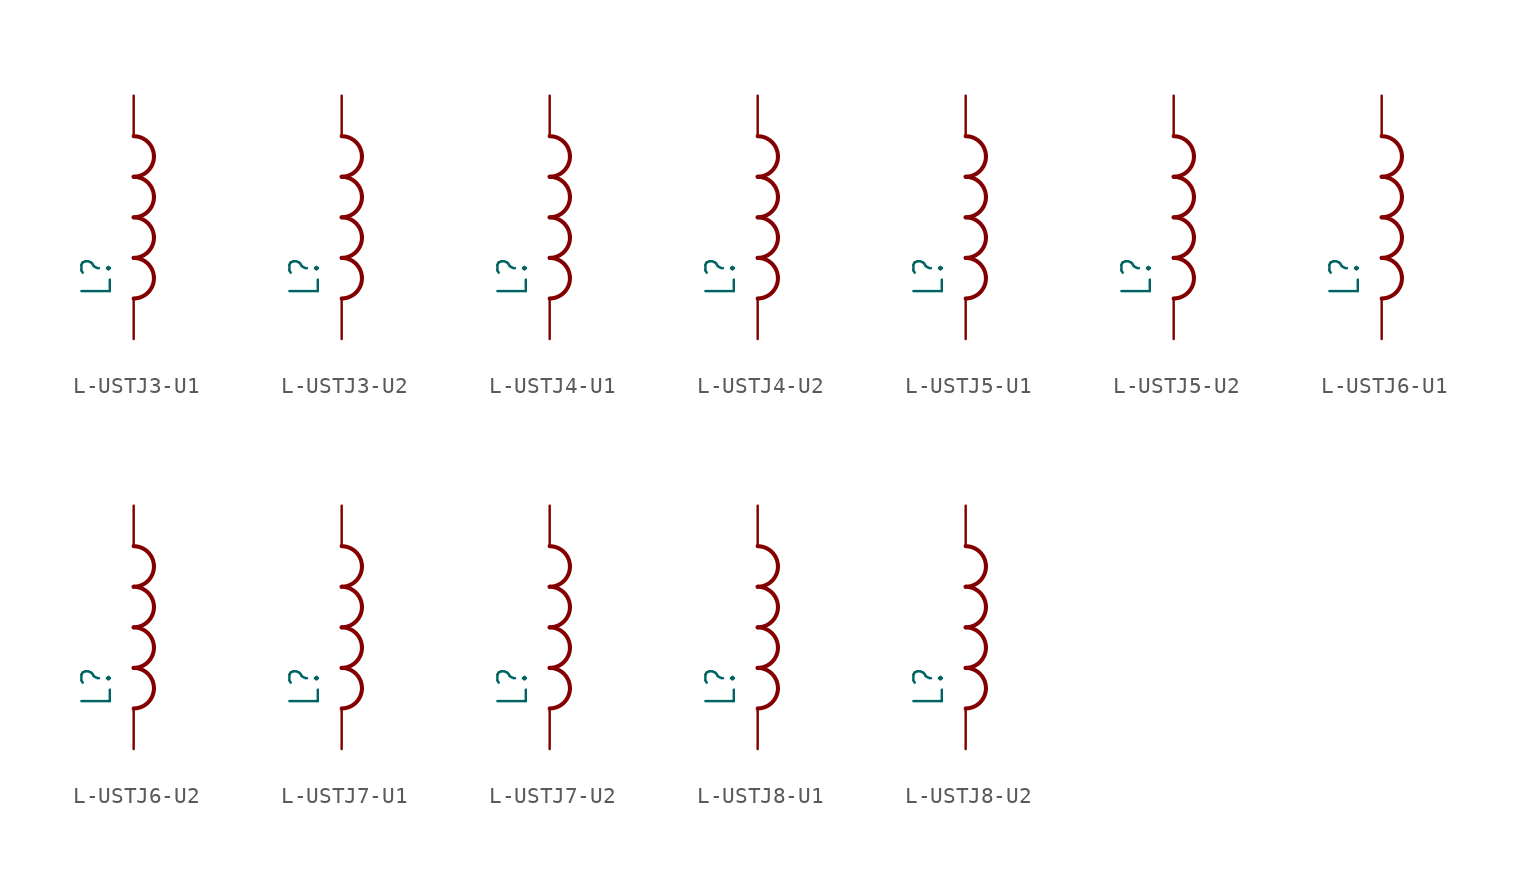
<source format=kicad_sym>
(kicad_symbol_lib
  (version 20231120)
  (generator "kicad_symbol_editor")
  (generator_version "8.0")
  (symbol "L-USTJ3-U1"
    (property "Reference" "L"
      (at -1.27 -5.08 90)
      (effects (font (size 1.778 1.511)) (justify left bottom)))
    (property "Value" ""
      (at 3.81 -5.08 90)
      (effects (font (size 1.778 1.511)) (justify left bottom)))
    (property "ki_locked" ""
      (at 0 0 0)
      (effects (font (size 1.27 1.27))))
    (symbol "L-USTJ3-U1_1_0"
      (arc (start 0 -5.08) (mid 0.898 -4.708) (end 1.27 -3.81) (stroke (width 0.254) (type solid)) (fill (type none)))
      (arc (start 0 -2.54) (mid 0.898 -2.168) (end 1.27 -1.27) (stroke (width 0.254) (type solid)) (fill (type none)))
      (arc (start 0 0) (mid 0.898 0.372) (end 1.27 1.27) (stroke (width 0.254) (type solid)) (fill (type none)))
      (arc (start 0 2.54) (mid 0.898 2.912) (end 1.27 3.81) (stroke (width 0.254) (type solid)) (fill (type none)))
      (arc (start 1.27 -3.81) (mid 0.898 -2.912) (end 0 -2.54) (stroke (width 0.254) (type solid)) (fill (type none)))
      (arc (start 1.27 -1.27) (mid 0.898 -0.372) (end 0 0) (stroke (width 0.254) (type solid)) (fill (type none)))
      (arc (start 1.27 1.27) (mid 0.898 2.168) (end 0 2.54) (stroke (width 0.254) (type solid)) (fill (type none)))
      (arc (start 1.27 3.81) (mid 0.898 4.708) (end 0 5.08) (stroke (width 0.254) (type solid)) (fill (type none)))
      (pin passive line (at 0 7.62 270) (length 2.54) (name "1" (effects (font (size 0 0)))) (number "1" (effects (font (size 0 0)))))
      (pin passive line (at 0 -7.62 90) (length 2.54) (name "2" (effects (font (size 0 0)))) (number "2" (effects (font (size 0 0)))))))
  (symbol "L-USTJ3-U2"
    (property "Reference" "L"
      (at -1.27 -5.08 90)
      (effects (font (size 1.778 1.511)) (justify left bottom)))
    (property "Value" ""
      (at 3.81 -5.08 90)
      (effects (font (size 1.778 1.511)) (justify left bottom)))
    (property "ki_locked" ""
      (at 0 0 0)
      (effects (font (size 1.27 1.27))))
    (symbol "L-USTJ3-U2_1_0"
      (arc (start 0 -5.08) (mid 0.898 -4.708) (end 1.27 -3.81) (stroke (width 0.254) (type solid)) (fill (type none)))
      (arc (start 0 -2.54) (mid 0.898 -2.168) (end 1.27 -1.27) (stroke (width 0.254) (type solid)) (fill (type none)))
      (arc (start 0 0) (mid 0.898 0.372) (end 1.27 1.27) (stroke (width 0.254) (type solid)) (fill (type none)))
      (arc (start 0 2.54) (mid 0.898 2.912) (end 1.27 3.81) (stroke (width 0.254) (type solid)) (fill (type none)))
      (arc (start 1.27 -3.81) (mid 0.898 -2.912) (end 0 -2.54) (stroke (width 0.254) (type solid)) (fill (type none)))
      (arc (start 1.27 -1.27) (mid 0.898 -0.372) (end 0 0) (stroke (width 0.254) (type solid)) (fill (type none)))
      (arc (start 1.27 1.27) (mid 0.898 2.168) (end 0 2.54) (stroke (width 0.254) (type solid)) (fill (type none)))
      (arc (start 1.27 3.81) (mid 0.898 4.708) (end 0 5.08) (stroke (width 0.254) (type solid)) (fill (type none)))
      (pin passive line (at 0 7.62 270) (length 2.54) (name "1" (effects (font (size 0 0)))) (number "1" (effects (font (size 0 0)))))
      (pin passive line (at 0 -7.62 90) (length 2.54) (name "2" (effects (font (size 0 0)))) (number "2" (effects (font (size 0 0)))))))
  (symbol "L-USTJ4-U1"
    (property "Reference" "L"
      (at -1.27 -5.08 90)
      (effects (font (size 1.778 1.511)) (justify left bottom)))
    (property "Value" ""
      (at 3.81 -5.08 90)
      (effects (font (size 1.778 1.511)) (justify left bottom)))
    (property "ki_locked" ""
      (at 0 0 0)
      (effects (font (size 1.27 1.27))))
    (symbol "L-USTJ4-U1_1_0"
      (arc (start 0 -5.08) (mid 0.898 -4.708) (end 1.27 -3.81) (stroke (width 0.254) (type solid)) (fill (type none)))
      (arc (start 0 -2.54) (mid 0.898 -2.168) (end 1.27 -1.27) (stroke (width 0.254) (type solid)) (fill (type none)))
      (arc (start 0 0) (mid 0.898 0.372) (end 1.27 1.27) (stroke (width 0.254) (type solid)) (fill (type none)))
      (arc (start 0 2.54) (mid 0.898 2.912) (end 1.27 3.81) (stroke (width 0.254) (type solid)) (fill (type none)))
      (arc (start 1.27 -3.81) (mid 0.898 -2.912) (end 0 -2.54) (stroke (width 0.254) (type solid)) (fill (type none)))
      (arc (start 1.27 -1.27) (mid 0.898 -0.372) (end 0 0) (stroke (width 0.254) (type solid)) (fill (type none)))
      (arc (start 1.27 1.27) (mid 0.898 2.168) (end 0 2.54) (stroke (width 0.254) (type solid)) (fill (type none)))
      (arc (start 1.27 3.81) (mid 0.898 4.708) (end 0 5.08) (stroke (width 0.254) (type solid)) (fill (type none)))
      (pin passive line (at 0 7.62 270) (length 2.54) (name "1" (effects (font (size 0 0)))) (number "1" (effects (font (size 0 0)))))
      (pin passive line (at 0 -7.62 90) (length 2.54) (name "2" (effects (font (size 0 0)))) (number "2" (effects (font (size 0 0)))))))
  (symbol "L-USTJ4-U2"
    (property "Reference" "L"
      (at -1.27 -5.08 90)
      (effects (font (size 1.778 1.511)) (justify left bottom)))
    (property "Value" ""
      (at 3.81 -5.08 90)
      (effects (font (size 1.778 1.511)) (justify left bottom)))
    (property "ki_locked" ""
      (at 0 0 0)
      (effects (font (size 1.27 1.27))))
    (symbol "L-USTJ4-U2_1_0"
      (arc (start 0 -5.08) (mid 0.898 -4.708) (end 1.27 -3.81) (stroke (width 0.254) (type solid)) (fill (type none)))
      (arc (start 0 -2.54) (mid 0.898 -2.168) (end 1.27 -1.27) (stroke (width 0.254) (type solid)) (fill (type none)))
      (arc (start 0 0) (mid 0.898 0.372) (end 1.27 1.27) (stroke (width 0.254) (type solid)) (fill (type none)))
      (arc (start 0 2.54) (mid 0.898 2.912) (end 1.27 3.81) (stroke (width 0.254) (type solid)) (fill (type none)))
      (arc (start 1.27 -3.81) (mid 0.898 -2.912) (end 0 -2.54) (stroke (width 0.254) (type solid)) (fill (type none)))
      (arc (start 1.27 -1.27) (mid 0.898 -0.372) (end 0 0) (stroke (width 0.254) (type solid)) (fill (type none)))
      (arc (start 1.27 1.27) (mid 0.898 2.168) (end 0 2.54) (stroke (width 0.254) (type solid)) (fill (type none)))
      (arc (start 1.27 3.81) (mid 0.898 4.708) (end 0 5.08) (stroke (width 0.254) (type solid)) (fill (type none)))
      (pin passive line (at 0 7.62 270) (length 2.54) (name "1" (effects (font (size 0 0)))) (number "1" (effects (font (size 0 0)))))
      (pin passive line (at 0 -7.62 90) (length 2.54) (name "2" (effects (font (size 0 0)))) (number "2" (effects (font (size 0 0)))))))
  (symbol "L-USTJ5-U1"
    (property "Reference" "L"
      (at -1.27 -5.08 90)
      (effects (font (size 1.778 1.511)) (justify left bottom)))
    (property "Value" ""
      (at 3.81 -5.08 90)
      (effects (font (size 1.778 1.511)) (justify left bottom)))
    (property "ki_locked" ""
      (at 0 0 0)
      (effects (font (size 1.27 1.27))))
    (symbol "L-USTJ5-U1_1_0"
      (arc (start 0 -5.08) (mid 0.898 -4.708) (end 1.27 -3.81) (stroke (width 0.254) (type solid)) (fill (type none)))
      (arc (start 0 -2.54) (mid 0.898 -2.168) (end 1.27 -1.27) (stroke (width 0.254) (type solid)) (fill (type none)))
      (arc (start 0 0) (mid 0.898 0.372) (end 1.27 1.27) (stroke (width 0.254) (type solid)) (fill (type none)))
      (arc (start 0 2.54) (mid 0.898 2.912) (end 1.27 3.81) (stroke (width 0.254) (type solid)) (fill (type none)))
      (arc (start 1.27 -3.81) (mid 0.898 -2.912) (end 0 -2.54) (stroke (width 0.254) (type solid)) (fill (type none)))
      (arc (start 1.27 -1.27) (mid 0.898 -0.372) (end 0 0) (stroke (width 0.254) (type solid)) (fill (type none)))
      (arc (start 1.27 1.27) (mid 0.898 2.168) (end 0 2.54) (stroke (width 0.254) (type solid)) (fill (type none)))
      (arc (start 1.27 3.81) (mid 0.898 4.708) (end 0 5.08) (stroke (width 0.254) (type solid)) (fill (type none)))
      (pin passive line (at 0 7.62 270) (length 2.54) (name "1" (effects (font (size 0 0)))) (number "1" (effects (font (size 0 0)))))
      (pin passive line (at 0 -7.62 90) (length 2.54) (name "2" (effects (font (size 0 0)))) (number "2" (effects (font (size 0 0)))))))
  (symbol "L-USTJ5-U2"
    (property "Reference" "L"
      (at -1.27 -5.08 90)
      (effects (font (size 1.778 1.511)) (justify left bottom)))
    (property "Value" ""
      (at 3.81 -5.08 90)
      (effects (font (size 1.778 1.511)) (justify left bottom)))
    (property "ki_locked" ""
      (at 0 0 0)
      (effects (font (size 1.27 1.27))))
    (symbol "L-USTJ5-U2_1_0"
      (arc (start 0 -5.08) (mid 0.898 -4.708) (end 1.27 -3.81) (stroke (width 0.254) (type solid)) (fill (type none)))
      (arc (start 0 -2.54) (mid 0.898 -2.168) (end 1.27 -1.27) (stroke (width 0.254) (type solid)) (fill (type none)))
      (arc (start 0 0) (mid 0.898 0.372) (end 1.27 1.27) (stroke (width 0.254) (type solid)) (fill (type none)))
      (arc (start 0 2.54) (mid 0.898 2.912) (end 1.27 3.81) (stroke (width 0.254) (type solid)) (fill (type none)))
      (arc (start 1.27 -3.81) (mid 0.898 -2.912) (end 0 -2.54) (stroke (width 0.254) (type solid)) (fill (type none)))
      (arc (start 1.27 -1.27) (mid 0.898 -0.372) (end 0 0) (stroke (width 0.254) (type solid)) (fill (type none)))
      (arc (start 1.27 1.27) (mid 0.898 2.168) (end 0 2.54) (stroke (width 0.254) (type solid)) (fill (type none)))
      (arc (start 1.27 3.81) (mid 0.898 4.708) (end 0 5.08) (stroke (width 0.254) (type solid)) (fill (type none)))
      (pin passive line (at 0 7.62 270) (length 2.54) (name "1" (effects (font (size 0 0)))) (number "1" (effects (font (size 0 0)))))
      (pin passive line (at 0 -7.62 90) (length 2.54) (name "2" (effects (font (size 0 0)))) (number "2" (effects (font (size 0 0)))))))
  (symbol "L-USTJ6-U1"
    (property "Reference" "L"
      (at -1.27 -5.08 90)
      (effects (font (size 1.778 1.511)) (justify left bottom)))
    (property "Value" ""
      (at 3.81 -5.08 90)
      (effects (font (size 1.778 1.511)) (justify left bottom)))
    (property "ki_locked" ""
      (at 0 0 0)
      (effects (font (size 1.27 1.27))))
    (symbol "L-USTJ6-U1_1_0"
      (arc (start 0 -5.08) (mid 0.898 -4.708) (end 1.27 -3.81) (stroke (width 0.254) (type solid)) (fill (type none)))
      (arc (start 0 -2.54) (mid 0.898 -2.168) (end 1.27 -1.27) (stroke (width 0.254) (type solid)) (fill (type none)))
      (arc (start 0 0) (mid 0.898 0.372) (end 1.27 1.27) (stroke (width 0.254) (type solid)) (fill (type none)))
      (arc (start 0 2.54) (mid 0.898 2.912) (end 1.27 3.81) (stroke (width 0.254) (type solid)) (fill (type none)))
      (arc (start 1.27 -3.81) (mid 0.898 -2.912) (end 0 -2.54) (stroke (width 0.254) (type solid)) (fill (type none)))
      (arc (start 1.27 -1.27) (mid 0.898 -0.372) (end 0 0) (stroke (width 0.254) (type solid)) (fill (type none)))
      (arc (start 1.27 1.27) (mid 0.898 2.168) (end 0 2.54) (stroke (width 0.254) (type solid)) (fill (type none)))
      (arc (start 1.27 3.81) (mid 0.898 4.708) (end 0 5.08) (stroke (width 0.254) (type solid)) (fill (type none)))
      (pin passive line (at 0 7.62 270) (length 2.54) (name "1" (effects (font (size 0 0)))) (number "1" (effects (font (size 0 0)))))
      (pin passive line (at 0 -7.62 90) (length 2.54) (name "2" (effects (font (size 0 0)))) (number "2" (effects (font (size 0 0)))))))
  (symbol "L-USTJ6-U2"
    (property "Reference" "L"
      (at -1.27 -5.08 90)
      (effects (font (size 1.778 1.511)) (justify left bottom)))
    (property "Value" ""
      (at 3.81 -5.08 90)
      (effects (font (size 1.778 1.511)) (justify left bottom)))
    (property "ki_locked" ""
      (at 0 0 0)
      (effects (font (size 1.27 1.27))))
    (symbol "L-USTJ6-U2_1_0"
      (arc (start 0 -5.08) (mid 0.898 -4.708) (end 1.27 -3.81) (stroke (width 0.254) (type solid)) (fill (type none)))
      (arc (start 0 -2.54) (mid 0.898 -2.168) (end 1.27 -1.27) (stroke (width 0.254) (type solid)) (fill (type none)))
      (arc (start 0 0) (mid 0.898 0.372) (end 1.27 1.27) (stroke (width 0.254) (type solid)) (fill (type none)))
      (arc (start 0 2.54) (mid 0.898 2.912) (end 1.27 3.81) (stroke (width 0.254) (type solid)) (fill (type none)))
      (arc (start 1.27 -3.81) (mid 0.898 -2.912) (end 0 -2.54) (stroke (width 0.254) (type solid)) (fill (type none)))
      (arc (start 1.27 -1.27) (mid 0.898 -0.372) (end 0 0) (stroke (width 0.254) (type solid)) (fill (type none)))
      (arc (start 1.27 1.27) (mid 0.898 2.168) (end 0 2.54) (stroke (width 0.254) (type solid)) (fill (type none)))
      (arc (start 1.27 3.81) (mid 0.898 4.708) (end 0 5.08) (stroke (width 0.254) (type solid)) (fill (type none)))
      (pin passive line (at 0 7.62 270) (length 2.54) (name "1" (effects (font (size 0 0)))) (number "1" (effects (font (size 0 0)))))
      (pin passive line (at 0 -7.62 90) (length 2.54) (name "2" (effects (font (size 0 0)))) (number "2" (effects (font (size 0 0)))))))
  (symbol "L-USTJ7-U1"
    (property "Reference" "L"
      (at -1.27 -5.08 90)
      (effects (font (size 1.778 1.511)) (justify left bottom)))
    (property "Value" ""
      (at 3.81 -5.08 90)
      (effects (font (size 1.778 1.511)) (justify left bottom)))
    (property "ki_locked" ""
      (at 0 0 0)
      (effects (font (size 1.27 1.27))))
    (symbol "L-USTJ7-U1_1_0"
      (arc (start 0 -5.08) (mid 0.898 -4.708) (end 1.27 -3.81) (stroke (width 0.254) (type solid)) (fill (type none)))
      (arc (start 0 -2.54) (mid 0.898 -2.168) (end 1.27 -1.27) (stroke (width 0.254) (type solid)) (fill (type none)))
      (arc (start 0 0) (mid 0.898 0.372) (end 1.27 1.27) (stroke (width 0.254) (type solid)) (fill (type none)))
      (arc (start 0 2.54) (mid 0.898 2.912) (end 1.27 3.81) (stroke (width 0.254) (type solid)) (fill (type none)))
      (arc (start 1.27 -3.81) (mid 0.898 -2.912) (end 0 -2.54) (stroke (width 0.254) (type solid)) (fill (type none)))
      (arc (start 1.27 -1.27) (mid 0.898 -0.372) (end 0 0) (stroke (width 0.254) (type solid)) (fill (type none)))
      (arc (start 1.27 1.27) (mid 0.898 2.168) (end 0 2.54) (stroke (width 0.254) (type solid)) (fill (type none)))
      (arc (start 1.27 3.81) (mid 0.898 4.708) (end 0 5.08) (stroke (width 0.254) (type solid)) (fill (type none)))
      (pin passive line (at 0 7.62 270) (length 2.54) (name "1" (effects (font (size 0 0)))) (number "1" (effects (font (size 0 0)))))
      (pin passive line (at 0 -7.62 90) (length 2.54) (name "2" (effects (font (size 0 0)))) (number "2" (effects (font (size 0 0)))))))
  (symbol "L-USTJ7-U2"
    (property "Reference" "L"
      (at -1.27 -5.08 90)
      (effects (font (size 1.778 1.511)) (justify left bottom)))
    (property "Value" ""
      (at 3.81 -5.08 90)
      (effects (font (size 1.778 1.511)) (justify left bottom)))
    (property "ki_locked" ""
      (at 0 0 0)
      (effects (font (size 1.27 1.27))))
    (symbol "L-USTJ7-U2_1_0"
      (arc (start 0 -5.08) (mid 0.898 -4.708) (end 1.27 -3.81) (stroke (width 0.254) (type solid)) (fill (type none)))
      (arc (start 0 -2.54) (mid 0.898 -2.168) (end 1.27 -1.27) (stroke (width 0.254) (type solid)) (fill (type none)))
      (arc (start 0 0) (mid 0.898 0.372) (end 1.27 1.27) (stroke (width 0.254) (type solid)) (fill (type none)))
      (arc (start 0 2.54) (mid 0.898 2.912) (end 1.27 3.81) (stroke (width 0.254) (type solid)) (fill (type none)))
      (arc (start 1.27 -3.81) (mid 0.898 -2.912) (end 0 -2.54) (stroke (width 0.254) (type solid)) (fill (type none)))
      (arc (start 1.27 -1.27) (mid 0.898 -0.372) (end 0 0) (stroke (width 0.254) (type solid)) (fill (type none)))
      (arc (start 1.27 1.27) (mid 0.898 2.168) (end 0 2.54) (stroke (width 0.254) (type solid)) (fill (type none)))
      (arc (start 1.27 3.81) (mid 0.898 4.708) (end 0 5.08) (stroke (width 0.254) (type solid)) (fill (type none)))
      (pin passive line (at 0 7.62 270) (length 2.54) (name "1" (effects (font (size 0 0)))) (number "1" (effects (font (size 0 0)))))
      (pin passive line (at 0 -7.62 90) (length 2.54) (name "2" (effects (font (size 0 0)))) (number "2" (effects (font (size 0 0)))))))
  (symbol "L-USTJ8-U1"
    (property "Reference" "L"
      (at -1.27 -5.08 90)
      (effects (font (size 1.778 1.511)) (justify left bottom)))
    (property "Value" ""
      (at 3.81 -5.08 90)
      (effects (font (size 1.778 1.511)) (justify left bottom)))
    (property "ki_locked" ""
      (at 0 0 0)
      (effects (font (size 1.27 1.27))))
    (symbol "L-USTJ8-U1_1_0"
      (arc (start 0 -5.08) (mid 0.898 -4.708) (end 1.27 -3.81) (stroke (width 0.254) (type solid)) (fill (type none)))
      (arc (start 0 -2.54) (mid 0.898 -2.168) (end 1.27 -1.27) (stroke (width 0.254) (type solid)) (fill (type none)))
      (arc (start 0 0) (mid 0.898 0.372) (end 1.27 1.27) (stroke (width 0.254) (type solid)) (fill (type none)))
      (arc (start 0 2.54) (mid 0.898 2.912) (end 1.27 3.81) (stroke (width 0.254) (type solid)) (fill (type none)))
      (arc (start 1.27 -3.81) (mid 0.898 -2.912) (end 0 -2.54) (stroke (width 0.254) (type solid)) (fill (type none)))
      (arc (start 1.27 -1.27) (mid 0.898 -0.372) (end 0 0) (stroke (width 0.254) (type solid)) (fill (type none)))
      (arc (start 1.27 1.27) (mid 0.898 2.168) (end 0 2.54) (stroke (width 0.254) (type solid)) (fill (type none)))
      (arc (start 1.27 3.81) (mid 0.898 4.708) (end 0 5.08) (stroke (width 0.254) (type solid)) (fill (type none)))
      (pin passive line (at 0 7.62 270) (length 2.54) (name "1" (effects (font (size 0 0)))) (number "1" (effects (font (size 0 0)))))
      (pin passive line (at 0 -7.62 90) (length 2.54) (name "2" (effects (font (size 0 0)))) (number "2" (effects (font (size 0 0)))))))
  (symbol "L-USTJ8-U2"
    (property "Reference" "L"
      (at -1.27 -5.08 90)
      (effects (font (size 1.778 1.511)) (justify left bottom)))
    (property "Value" ""
      (at 3.81 -5.08 90)
      (effects (font (size 1.778 1.511)) (justify left bottom)))
    (property "ki_locked" ""
      (at 0 0 0)
      (effects (font (size 1.27 1.27))))
    (symbol "L-USTJ8-U2_1_0"
      (arc (start 0 -5.08) (mid 0.898 -4.708) (end 1.27 -3.81) (stroke (width 0.254) (type solid)) (fill (type none)))
      (arc (start 0 -2.54) (mid 0.898 -2.168) (end 1.27 -1.27) (stroke (width 0.254) (type solid)) (fill (type none)))
      (arc (start 0 0) (mid 0.898 0.372) (end 1.27 1.27) (stroke (width 0.254) (type solid)) (fill (type none)))
      (arc (start 0 2.54) (mid 0.898 2.912) (end 1.27 3.81) (stroke (width 0.254) (type solid)) (fill (type none)))
      (arc (start 1.27 -3.81) (mid 0.898 -2.912) (end 0 -2.54) (stroke (width 0.254) (type solid)) (fill (type none)))
      (arc (start 1.27 -1.27) (mid 0.898 -0.372) (end 0 0) (stroke (width 0.254) (type solid)) (fill (type none)))
      (arc (start 1.27 1.27) (mid 0.898 2.168) (end 0 2.54) (stroke (width 0.254) (type solid)) (fill (type none)))
      (arc (start 1.27 3.81) (mid 0.898 4.708) (end 0 5.08) (stroke (width 0.254) (type solid)) (fill (type none)))
      (pin passive line (at 0 7.62 270) (length 2.54) (name "1" (effects (font (size 0 0)))) (number "1" (effects (font (size 0 0)))))
      (pin passive line (at 0 -7.62 90) (length 2.54) (name "2" (effects (font (size 0 0)))) (number "2" (effects (font (size 0 0))))))))
</source>
